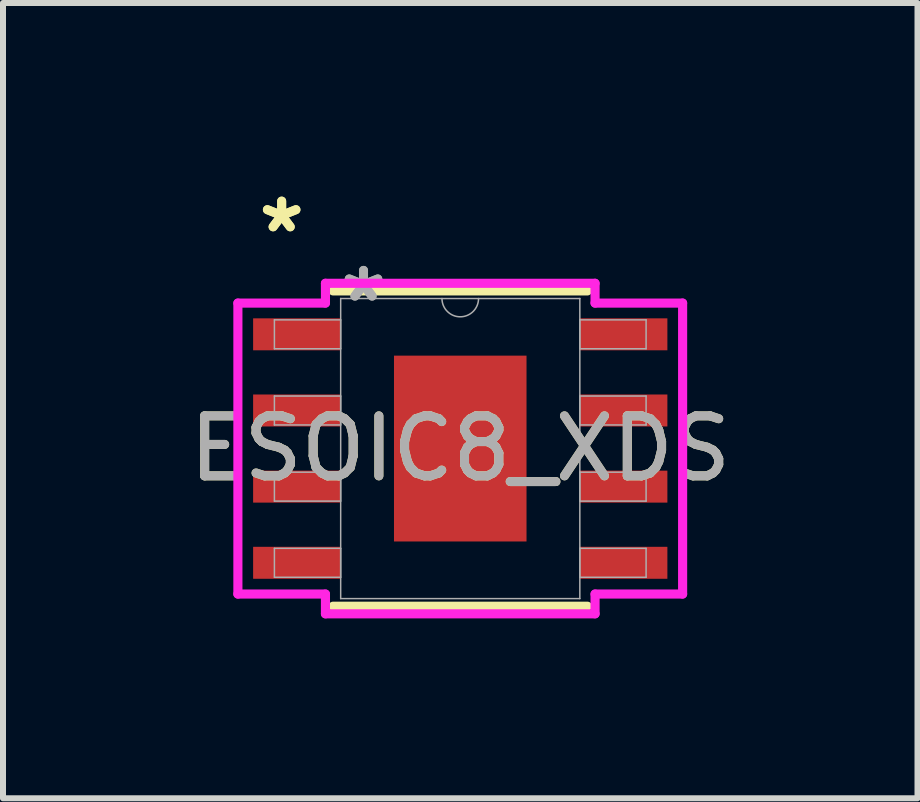
<source format=kicad_pcb>
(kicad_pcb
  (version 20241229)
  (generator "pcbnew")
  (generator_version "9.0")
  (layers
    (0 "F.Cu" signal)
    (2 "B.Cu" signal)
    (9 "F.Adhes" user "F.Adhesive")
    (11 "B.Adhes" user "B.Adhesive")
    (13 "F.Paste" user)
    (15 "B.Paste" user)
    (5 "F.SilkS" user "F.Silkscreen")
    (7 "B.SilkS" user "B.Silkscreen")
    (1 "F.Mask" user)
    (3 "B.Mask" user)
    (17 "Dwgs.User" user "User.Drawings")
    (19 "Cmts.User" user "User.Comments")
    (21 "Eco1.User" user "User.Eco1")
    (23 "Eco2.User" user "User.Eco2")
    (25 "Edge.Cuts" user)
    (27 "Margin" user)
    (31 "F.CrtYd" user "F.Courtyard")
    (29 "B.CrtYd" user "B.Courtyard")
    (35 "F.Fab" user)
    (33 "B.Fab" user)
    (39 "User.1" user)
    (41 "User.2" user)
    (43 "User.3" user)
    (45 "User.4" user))
  (footprint "ESOIC8_XDS"
    (layer "F.Cu")
    (at 4.625 4.43)
    (property "Reference" "ESOIC8_XDS" (at 0 0 0) (unlocked yes) (layer "F.SilkS") (effects (font (size 1 1) (thickness 0.15))))
    (attr smd)
    (fp_line (start -2.121 2.629) (end 2.121 2.629) (stroke (width 0.152) (type solid)) (layer "F.SilkS"))
    (fp_line (start 2.121 -2.629) (end -2.121 -2.629) (stroke (width 0.152) (type solid)) (layer "F.SilkS"))
    (fp_poly (pts (xy -1.005 -1.449) (xy -1.005 -0.1) (xy 1.005 -0.1) (xy 1.005 -1.449)) (stroke (width 0) (type solid)) (fill yes) (layer "F.Paste"))
    (fp_poly (pts (xy -1.005 0.1) (xy -1.005 1.449) (xy 1.005 1.449) (xy 1.005 0.1)) (stroke (width 0) (type solid)) (fill yes) (layer "F.Paste"))
    (fp_line (start -3.708 -2.426) (end -2.248 -2.426) (stroke (width 0.152) (type solid)) (layer "F.CrtYd"))
    (fp_line (start -3.708 2.426) (end -3.708 -2.426) (stroke (width 0.152) (type solid)) (layer "F.CrtYd"))
    (fp_line (start -3.708 2.426) (end -2.248 2.426) (stroke (width 0.152) (type solid)) (layer "F.CrtYd"))
    (fp_line (start -2.248 -2.756) (end 2.248 -2.756) (stroke (width 0.152) (type solid)) (layer "F.CrtYd"))
    (fp_line (start -2.248 -2.426) (end -2.248 -2.756) (stroke (width 0.152) (type solid)) (layer "F.CrtYd"))
    (fp_line (start -2.248 2.756) (end -2.248 2.426) (stroke (width 0.152) (type solid)) (layer "F.CrtYd"))
    (fp_line (start 2.248 -2.756) (end 2.248 -2.426) (stroke (width 0.152) (type solid)) (layer "F.CrtYd"))
    (fp_line (start 2.248 2.426) (end 2.248 2.756) (stroke (width 0.152) (type solid)) (layer "F.CrtYd"))
    (fp_line (start 2.248 2.756) (end -2.248 2.756) (stroke (width 0.152) (type solid)) (layer "F.CrtYd"))
    (fp_line (start 3.708 -2.426) (end 2.248 -2.426) (stroke (width 0.152) (type solid)) (layer "F.CrtYd"))
    (fp_line (start 3.708 -2.426) (end 3.708 2.426) (stroke (width 0.152) (type solid)) (layer "F.CrtYd"))
    (fp_line (start 3.708 2.426) (end 2.248 2.426) (stroke (width 0.152) (type solid)) (layer "F.CrtYd"))
    (fp_line (start -3.099 -2.146) (end -3.099 -1.664) (stroke (width 0.025) (type solid)) (layer "F.Fab"))
    (fp_line (start -3.099 -1.664) (end -1.994 -1.664) (stroke (width 0.025) (type solid)) (layer "F.Fab"))
    (fp_line (start -3.099 -0.876) (end -3.099 -0.394) (stroke (width 0.025) (type solid)) (layer "F.Fab"))
    (fp_line (start -3.099 -0.394) (end -1.994 -0.394) (stroke (width 0.025) (type solid)) (layer "F.Fab"))
    (fp_line (start -3.099 0.394) (end -3.099 0.876) (stroke (width 0.025) (type solid)) (layer "F.Fab"))
    (fp_line (start -3.099 0.876) (end -1.994 0.876) (stroke (width 0.025) (type solid)) (layer "F.Fab"))
    (fp_line (start -3.099 1.664) (end -3.099 2.146) (stroke (width 0.025) (type solid)) (layer "F.Fab"))
    (fp_line (start -3.099 2.146) (end -1.994 2.146) (stroke (width 0.025) (type solid)) (layer "F.Fab"))
    (fp_line (start -1.994 -2.502) (end -1.994 2.502) (stroke (width 0.025) (type solid)) (layer "F.Fab"))
    (fp_line (start -1.994 -2.146) (end -3.099 -2.146) (stroke (width 0.025) (type solid)) (layer "F.Fab"))
    (fp_line (start -1.994 -1.664) (end -1.994 -2.146) (stroke (width 0.025) (type solid)) (layer "F.Fab"))
    (fp_line (start -1.994 -0.876) (end -3.099 -0.876) (stroke (width 0.025) (type solid)) (layer "F.Fab"))
    (fp_line (start -1.994 -0.394) (end -1.994 -0.876) (stroke (width 0.025) (type solid)) (layer "F.Fab"))
    (fp_line (start -1.994 0.394) (end -3.099 0.394) (stroke (width 0.025) (type solid)) (layer "F.Fab"))
    (fp_line (start -1.994 0.876) (end -1.994 0.394) (stroke (width 0.025) (type solid)) (layer "F.Fab"))
    (fp_line (start -1.994 1.664) (end -3.099 1.664) (stroke (width 0.025) (type solid)) (layer "F.Fab"))
    (fp_line (start -1.994 2.146) (end -1.994 1.664) (stroke (width 0.025) (type solid)) (layer "F.Fab"))
    (fp_line (start -1.994 2.502) (end 1.994 2.502) (stroke (width 0.025) (type solid)) (layer "F.Fab"))
    (fp_line (start 1.994 -2.502) (end -1.994 -2.502) (stroke (width 0.025) (type solid)) (layer "F.Fab"))
    (fp_line (start 1.994 -2.146) (end 1.994 -1.664) (stroke (width 0.025) (type solid)) (layer "F.Fab"))
    (fp_line (start 1.994 -1.664) (end 3.099 -1.664) (stroke (width 0.025) (type solid)) (layer "F.Fab"))
    (fp_line (start 1.994 -0.876) (end 1.994 -0.394) (stroke (width 0.025) (type solid)) (layer "F.Fab"))
    (fp_line (start 1.994 -0.394) (end 3.099 -0.394) (stroke (width 0.025) (type solid)) (layer "F.Fab"))
    (fp_line (start 1.994 0.394) (end 1.994 0.876) (stroke (width 0.025) (type solid)) (layer "F.Fab"))
    (fp_line (start 1.994 0.876) (end 3.099 0.876) (stroke (width 0.025) (type solid)) (layer "F.Fab"))
    (fp_line (start 1.994 1.664) (end 1.994 2.146) (stroke (width 0.025) (type solid)) (layer "F.Fab"))
    (fp_line (start 1.994 2.146) (end 3.099 2.146) (stroke (width 0.025) (type solid)) (layer "F.Fab"))
    (fp_line (start 1.994 2.502) (end 1.994 -2.502) (stroke (width 0.025) (type solid)) (layer "F.Fab"))
    (fp_line (start 3.099 -2.146) (end 1.994 -2.146) (stroke (width 0.025) (type solid)) (layer "F.Fab"))
    (fp_line (start 3.099 -1.664) (end 3.099 -2.146) (stroke (width 0.025) (type solid)) (layer "F.Fab"))
    (fp_line (start 3.099 -0.876) (end 1.994 -0.876) (stroke (width 0.025) (type solid)) (layer "F.Fab"))
    (fp_line (start 3.099 -0.394) (end 3.099 -0.876) (stroke (width 0.025) (type solid)) (layer "F.Fab"))
    (fp_line (start 3.099 0.394) (end 1.994 0.394) (stroke (width 0.025) (type solid)) (layer "F.Fab"))
    (fp_line (start 3.099 0.876) (end 3.099 0.394) (stroke (width 0.025) (type solid)) (layer "F.Fab"))
    (fp_line (start 3.099 1.664) (end 1.994 1.664) (stroke (width 0.025) (type solid)) (layer "F.Fab"))
    (fp_line (start 3.099 2.146) (end 3.099 1.664) (stroke (width 0.025) (type solid)) (layer "F.Fab"))
    (fp_arc (start 0.3048 -2.5019) (mid 0 -2.1971) (end -0.3048 -2.5019) (stroke (width 0.0254) (type solid)) (layer "F.Fab"))
    (fp_text user "*" (at -2.978 -3.581 0) (unlocked yes) (layer "F.SilkS") (effects (font (size 1 1) (thickness 0.15))))
    (fp_text user "*" (at -2.978 -3.581 0) (layer "F.SilkS") (effects (font (size 1 1) (thickness 0.15))))
    (fp_text user "*" (at -1.613 -2.426 0) (unlocked yes) (layer "F.Fab") (effects (font (size 1 1) (thickness 0.15))))
    (fp_text user "${REFERENCE}" (at 0 0 0) (unlocked yes) (layer "F.Fab") (effects (font (size 1 1) (thickness 0.15))))
    (fp_text user "*" (at -1.613 -2.426 0) (layer "F.Fab") (effects (font (size 1 1) (thickness 0.15))))
    (pad "1" smd rect (at -2.724 -1.905) (size 1.46 0.533) (layers "F.Cu" "F.Mask" "F.Paste"))
    (pad "2" smd rect (at -2.724 -0.635) (size 1.46 0.533) (layers "F.Cu" "F.Mask" "F.Paste"))
    (pad "3" smd rect (at -2.724 0.635) (size 1.46 0.533) (layers "F.Cu" "F.Mask" "F.Paste"))
    (pad "4" smd rect (at -2.724 1.905) (size 1.46 0.533) (layers "F.Cu" "F.Mask" "F.Paste"))
    (pad "5" smd rect (at 2.724 1.905) (size 1.46 0.533) (layers "F.Cu" "F.Mask" "F.Paste"))
    (pad "6" smd rect (at 2.724 0.635) (size 1.46 0.533) (layers "F.Cu" "F.Mask" "F.Paste"))
    (pad "7" smd rect (at 2.724 -0.635) (size 1.46 0.533) (layers "F.Cu" "F.Mask" "F.Paste"))
    (pad "8" smd rect (at 2.724 -1.905) (size 1.46 0.533) (layers "F.Cu" "F.Mask" "F.Paste"))
    (pad "9" smd rect (at 0 0) (size 2.21 3.099) (layers "F.Cu" "F.Mask")))
  (gr_rect
    (start -3 -3)
    (end 12.25 10.262)
    (stroke (width 0.1) (type default))
    (fill no)
    (layer "Edge.Cuts")))
</source>
